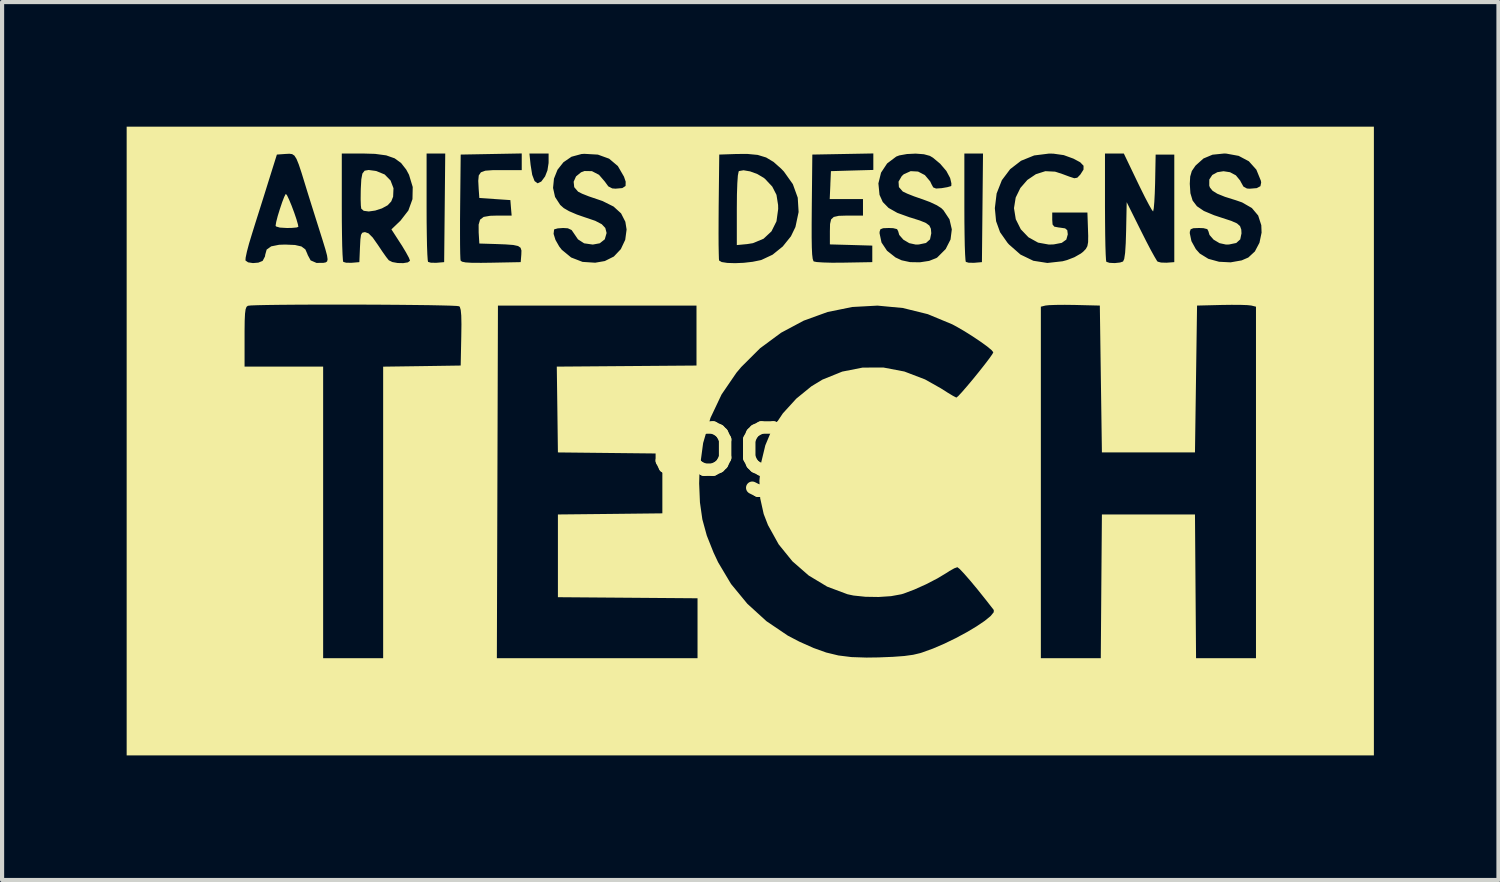
<source format=kicad_pcb>
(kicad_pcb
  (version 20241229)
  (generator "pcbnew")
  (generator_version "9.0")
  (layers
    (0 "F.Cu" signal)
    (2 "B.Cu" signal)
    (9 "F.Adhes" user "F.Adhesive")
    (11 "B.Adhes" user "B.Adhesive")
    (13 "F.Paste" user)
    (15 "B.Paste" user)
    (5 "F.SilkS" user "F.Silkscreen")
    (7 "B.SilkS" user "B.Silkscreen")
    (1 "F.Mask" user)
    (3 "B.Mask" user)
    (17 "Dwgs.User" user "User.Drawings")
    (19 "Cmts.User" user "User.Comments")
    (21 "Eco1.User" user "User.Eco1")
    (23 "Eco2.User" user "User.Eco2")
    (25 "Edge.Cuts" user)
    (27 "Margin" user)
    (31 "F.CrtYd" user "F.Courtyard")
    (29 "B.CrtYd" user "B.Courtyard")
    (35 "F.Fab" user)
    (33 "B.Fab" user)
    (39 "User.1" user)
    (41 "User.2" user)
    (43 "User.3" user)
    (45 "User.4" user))
  (footprint "logo"
    (layer "F.Cu")
    (at 14.991 7.57)
    (property "Reference" "logo" (at 0 0 180) (layer "F.SilkS") (effects (font (size 1.524 1.524) (thickness 0.3))))
    (attr through_hole)
    (fp_poly (pts (xy -11.129 -5.916) (xy -11.08 -5.813) (xy -11.019 -5.666) (xy -10.957 -5.501) (xy -10.903 -5.342) (xy -10.867 -5.216) (xy -10.857 -5.157) (xy -10.902 -5.142) (xy -11.019 -5.132) (xy -11.131 -5.13) (xy -11.303 -5.14) (xy -11.394 -5.167) (xy -11.405 -5.187) (xy -11.39 -5.277) (xy -11.353 -5.421) (xy -11.301 -5.589) (xy -11.246 -5.753) (xy -11.196 -5.882) (xy -11.161 -5.948) (xy -11.158 -5.95)) (stroke (width 0) (type solid)) (fill yes) (layer "F.SilkS"))
    (fp_poly (pts (xy -9.014 -6.507) (xy -8.979 -6.501) (xy -8.779 -6.419) (xy -8.637 -6.274) (xy -8.566 -6.088) (xy -8.575 -5.884) (xy -8.62 -5.77) (xy -8.707 -5.677) (xy -8.845 -5.602) (xy -9.006 -5.55) (xy -9.161 -5.528) (xy -9.283 -5.544) (xy -9.342 -5.595) (xy -9.352 -5.673) (xy -9.357 -5.822) (xy -9.355 -6.015) (xy -9.353 -6.08) (xy -9.341 -6.302) (xy -9.315 -6.44) (xy -9.261 -6.51) (xy -9.165 -6.527)) (stroke (width 0) (type solid)) (fill yes) (layer "F.SilkS"))
    (fp_poly (pts (xy 0.022 -6.493) (xy 0.195 -6.429) (xy 0.349 -6.338) (xy 0.38 -6.313) (xy 0.555 -6.126) (xy 0.656 -5.928) (xy 0.695 -5.683) (xy 0.697 -5.588) (xy 0.656 -5.291) (xy 0.535 -5.049) (xy 0.344 -4.871) (xy 0.089 -4.765) (xy -0.046 -4.743) (xy -0.299 -4.719) (xy -0.299 -5.594) (xy -0.296 -5.937) (xy -0.287 -6.205) (xy -0.274 -6.392) (xy -0.255 -6.489) (xy -0.247 -6.501) (xy -0.137 -6.52)) (stroke (width 0) (type solid)) (fill yes) (layer "F.SilkS"))
    (fp_poly (pts (xy 15.041 7.57) (xy -14.991 7.57) (xy -14.991 -2.51) (xy -12.152 -2.51) (xy -12.152 -1.793) (xy -10.26 -1.793) (xy -10.26 5.229) (xy -8.815 5.229) (xy -6.077 5.229) (xy -1.245 5.229) (xy -1.245 3.786) (xy -2.926 3.773) (xy -4.607 3.76) (xy -4.607 1.768) (xy -3.349 1.755) (xy -2.092 1.741) (xy -2.092 1.021) (xy -1.206 1.021) (xy -1.187 1.478) (xy -1.129 1.885) (xy -1.022 2.276) (xy -0.859 2.686) (xy -0.749 2.92) (xy -0.438 3.442) (xy -0.045 3.919) (xy 0.415 4.338) (xy 0.93 4.686) (xy 1.206 4.83) (xy 1.549 4.983) (xy 1.853 5.092) (xy 2.147 5.163) (xy 2.461 5.202) (xy 2.824 5.214) (xy 3.113 5.21) (xy 3.462 5.196) (xy 3.733 5.176) (xy 3.945 5.147) (xy 4.119 5.106) (xy 4.159 5.093) (xy 4.422 4.998) (xy 4.699 4.879) (xy 4.975 4.745) (xy 5.238 4.603) (xy 5.474 4.462) (xy 5.67 4.33) (xy 5.812 4.214) (xy 5.887 4.122) (xy 5.889 4.069) (xy 5.685 3.808) (xy 5.492 3.567) (xy 5.318 3.358) (xy 5.174 3.193) (xy 5.069 3.082) (xy 5.013 3.038) (xy 5.011 3.038) (xy 4.938 3.064) (xy 4.82 3.13) (xy 4.763 3.168) (xy 4.534 3.306) (xy 4.258 3.449) (xy 3.973 3.577) (xy 3.719 3.673) (xy 3.661 3.69) (xy 3.415 3.735) (xy 3.114 3.755) (xy 2.799 3.75) (xy 2.511 3.72) (xy 2.366 3.689) (xy 1.877 3.506) (xy 1.432 3.238) (xy 1.039 2.895) (xy 0.709 2.488) (xy 0.452 2.025) (xy 0.348 1.757) (xy 0.264 1.378) (xy 0.245 0.955) (xy 0.287 0.52) (xy 0.387 0.104) (xy 0.541 -0.264) (xy 0.549 -0.277) (xy 0.81 -0.667) (xy 1.134 -1.022) (xy 1.497 -1.318) (xy 1.762 -1.479) (xy 2.239 -1.672) (xy 2.732 -1.769) (xy 3.233 -1.77) (xy 3.736 -1.674) (xy 4.233 -1.484) (xy 4.613 -1.27) (xy 4.775 -1.167) (xy 4.905 -1.089) (xy 4.98 -1.05) (xy 4.989 -1.047) (xy 5.033 -1.083) (xy 5.124 -1.181) (xy 5.247 -1.323) (xy 5.389 -1.492) (xy 5.535 -1.672) (xy 5.67 -1.843) (xy 5.782 -1.99) (xy 5.855 -2.094) (xy 5.877 -2.137) (xy 5.837 -2.188) (xy 5.729 -2.278) (xy 5.572 -2.391) (xy 5.385 -2.517) (xy 5.185 -2.643) (xy 4.992 -2.755) (xy 4.887 -2.811) (xy 4.3 -3.055) (xy 3.697 -3.204) (xy 3.362 -3.235) (xy 7.022 -3.235) (xy 7.022 5.229) (xy 8.465 5.229) (xy 8.478 3.499) (xy 8.492 1.768) (xy 10.733 1.768) (xy 10.746 3.499) (xy 10.759 5.229) (xy 12.202 5.229) (xy 12.202 -3.235) (xy 12.09 -3.263) (xy 11.997 -3.273) (xy 11.829 -3.279) (xy 11.611 -3.28) (xy 11.38 -3.277) (xy 10.783 -3.262) (xy 10.733 0.274) (xy 8.492 0.274) (xy 8.442 -3.262) (xy 7.844 -3.277) (xy 7.6 -3.28) (xy 7.383 -3.278) (xy 7.219 -3.272) (xy 7.134 -3.263) (xy 7.022 -3.235) (xy 3.362 -3.235) (xy 3.088 -3.261) (xy 2.481 -3.228) (xy 1.886 -3.107) (xy 1.312 -2.899) (xy 0.767 -2.608) (xy 0.262 -2.235) (xy -0.194 -1.781) (xy -0.309 -1.644) (xy -0.666 -1.122) (xy -0.933 -0.558) (xy -1.11 0.048) (xy -1.197 0.695) (xy -1.206 1.021) (xy -2.092 1.021) (xy -2.092 0.301) (xy -4.607 0.274) (xy -4.62 -0.759) (xy -4.634 -1.792) (xy -1.27 -1.818) (xy -1.27 -3.262) (xy -6.051 -3.262) (xy -6.064 0.984) (xy -6.077 5.229) (xy -8.815 5.229) (xy -8.815 -1.791) (xy -7.881 -1.804) (xy -6.948 -1.818) (xy -6.934 -2.511) (xy -6.93 -2.809) (xy -6.934 -3.02) (xy -6.947 -3.155) (xy -6.968 -3.228) (xy -6.984 -3.245) (xy -7.044 -3.253) (xy -7.193 -3.26) (xy -7.418 -3.266) (xy -7.708 -3.272) (xy -8.051 -3.276) (xy -8.435 -3.28) (xy -8.849 -3.283) (xy -9.281 -3.285) (xy -9.72 -3.286) (xy -10.154 -3.286) (xy -10.571 -3.285) (xy -10.96 -3.283) (xy -11.309 -3.28) (xy -11.606 -3.276) (xy -11.84 -3.271) (xy -12 -3.265) (xy -12.072 -3.257) (xy -12.073 -3.257) (xy -12.105 -3.231) (xy -12.127 -3.173) (xy -12.141 -3.067) (xy -12.149 -2.898) (xy -12.152 -2.652) (xy -12.152 -2.51) (xy -14.991 -2.51) (xy -14.991 -4.348) (xy -12.131 -4.348) (xy -12.067 -4.303) (xy -11.95 -4.285) (xy -11.821 -4.296) (xy -11.723 -4.335) (xy -11.714 -4.343) (xy -11.661 -4.444) (xy -11.654 -4.489) (xy -11.62 -4.61) (xy -11.511 -4.688) (xy -11.321 -4.726) (xy -11.174 -4.731) (xy -10.938 -4.721) (xy -10.782 -4.685) (xy -10.688 -4.614) (xy -10.638 -4.501) (xy -10.633 -4.483) (xy -10.561 -4.35) (xy -10.42 -4.289) (xy -10.252 -4.291) (xy -10.197 -4.302) (xy -10.164 -4.326) (xy -10.153 -4.376) (xy -10.166 -4.469) (xy -10.206 -4.618) (xy -10.273 -4.837) (xy -10.334 -5.03) (xy -10.43 -5.334) (xy -10.539 -5.68) (xy -10.643 -6.013) (xy -10.693 -6.176) (xy -10.78 -6.459) (xy -10.847 -6.66) (xy -10.901 -6.793) (xy -10.951 -6.872) (xy -11.006 -6.909) (xy -11.075 -6.918) (xy -11.166 -6.913) (xy -11.169 -6.913) (xy -11.374 -6.898) (xy -11.585 -6.225) (xy -11.682 -5.914) (xy -11.79 -5.572) (xy -11.894 -5.243) (xy -11.975 -4.983) (xy -12.044 -4.756) (xy -12.096 -4.56) (xy -12.126 -4.417) (xy -12.131 -4.348) (xy -14.991 -4.348) (xy -14.991 -6.923) (xy -9.811 -6.923) (xy -9.811 -5.636) (xy -9.81 -5.288) (xy -9.806 -4.972) (xy -9.801 -4.703) (xy -9.793 -4.495) (xy -9.784 -4.36) (xy -9.776 -4.314) (xy -9.707 -4.294) (xy -9.584 -4.292) (xy -9.564 -4.293) (xy -9.388 -4.308) (xy -9.373 -4.669) (xy -9.363 -4.856) (xy -9.348 -4.964) (xy -9.319 -5.015) (xy -9.27 -5.029) (xy -9.249 -5.03) (xy -9.166 -5) (xy -9.067 -4.901) (xy -8.943 -4.725) (xy -8.836 -4.565) (xy -8.742 -4.432) (xy -8.68 -4.354) (xy -8.678 -4.352) (xy -8.594 -4.31) (xy -8.467 -4.287) (xy -8.331 -4.284) (xy -8.22 -4.302) (xy -8.169 -4.34) (xy -8.169 -4.345) (xy -8.195 -4.414) (xy -8.264 -4.541) (xy -8.361 -4.703) (xy -8.393 -4.752) (xy -8.616 -5.097) (xy -8.398 -5.306) (xy -8.208 -5.551) (xy -8.109 -5.825) (xy -8.103 -6.117) (xy -8.192 -6.411) (xy -8.259 -6.536) (xy -8.384 -6.696) (xy -8.539 -6.808) (xy -8.742 -6.879) (xy -9.01 -6.915) (xy -9.283 -6.923) (xy -7.769 -6.923) (xy -7.769 -5.636) (xy -7.768 -5.288) (xy -7.764 -4.972) (xy -7.759 -4.703) (xy -7.751 -4.495) (xy -7.742 -4.36) (xy -7.734 -4.314) (xy -7.665 -4.294) (xy -7.542 -4.292) (xy -7.522 -4.293) (xy -7.346 -4.308) (xy -7.339 -4.996) (xy -6.964 -4.996) (xy -6.963 -4.729) (xy -6.96 -4.521) (xy -6.955 -4.388) (xy -6.95 -4.345) (xy -6.915 -4.319) (xy -6.829 -4.301) (xy -6.677 -4.292) (xy -6.448 -4.291) (xy -6.214 -4.294) (xy -5.503 -4.308) (xy -5.488 -4.493) (xy -5.485 -4.588) (xy -5.506 -4.654) (xy -5.566 -4.696) (xy -5.681 -4.721) (xy -5.867 -4.735) (xy -6.101 -4.744) (xy -6.499 -4.756) (xy -6.515 -5.022) (xy -6.516 -5.211) (xy -6.481 -5.331) (xy -6.395 -5.397) (xy -6.239 -5.424) (xy -6.067 -5.429) (xy -5.721 -5.429) (xy -5.737 -5.615) (xy -5.752 -5.802) (xy -6.126 -5.827) (xy -6.499 -5.852) (xy -6.515 -6.072) (xy -6.516 -6.095) (xy -4.724 -6.095) (xy -4.676 -5.878) (xy -4.552 -5.686) (xy -4.466 -5.609) (xy -4.338 -5.535) (xy -4.152 -5.455) (xy -3.951 -5.385) (xy -3.95 -5.385) (xy -3.708 -5.303) (xy -3.551 -5.221) (xy -3.466 -5.131) (xy -3.437 -5.02) (xy -3.436 -5.005) (xy -3.479 -4.857) (xy -3.599 -4.762) (xy -3.767 -4.731) (xy -3.976 -4.761) (xy -4.124 -4.857) (xy -4.209 -4.982) (xy -4.277 -5.081) (xy -4.368 -5.123) (xy -4.481 -5.13) (xy -4.611 -5.121) (xy -4.691 -5.099) (xy -4.699 -5.092) (xy -4.711 -4.989) (xy -4.666 -4.844) (xy -4.575 -4.684) (xy -4.514 -4.606) (xy -4.288 -4.42) (xy -4.014 -4.314) (xy -3.71 -4.294) (xy -3.478 -4.334) (xy -3.26 -4.443) (xy -3.092 -4.621) (xy -2.986 -4.846) (xy -2.966 -4.996) (xy -0.739 -4.996) (xy -0.738 -4.729) (xy -0.734 -4.522) (xy -0.73 -4.389) (xy -0.725 -4.346) (xy -0.663 -4.31) (xy -0.527 -4.289) (xy -0.341 -4.283) (xy -0.131 -4.292) (xy 0.08 -4.316) (xy 0.267 -4.354) (xy 0.296 -4.362) (xy 0.562 -4.487) (xy 0.807 -4.685) (xy 1.004 -4.93) (xy 1.112 -5.153) (xy 1.127 -5.222) (xy 1.503 -5.222) (xy 1.503 -4.902) (xy 1.507 -4.663) (xy 1.515 -4.495) (xy 1.528 -4.388) (xy 1.546 -4.334) (xy 1.555 -4.324) (xy 1.627 -4.31) (xy 1.777 -4.3) (xy 1.985 -4.294) (xy 2.232 -4.295) (xy 2.291 -4.296) (xy 2.963 -4.308) (xy 2.963 -4.706) (xy 2.453 -4.721) (xy 1.942 -4.735) (xy 1.942 -5.052) (xy 1.946 -5.226) (xy 1.971 -5.336) (xy 2.035 -5.396) (xy 2.156 -5.423) (xy 2.354 -5.429) (xy 2.42 -5.429) (xy 2.739 -5.429) (xy 2.739 -5.827) (xy 1.938 -5.827) (xy 1.953 -6.163) (xy 1.954 -6.204) (xy 3.11 -6.204) (xy 3.137 -5.929) (xy 3.215 -5.756) (xy 3.354 -5.614) (xy 3.566 -5.494) (xy 3.865 -5.386) (xy 3.885 -5.381) (xy 4.109 -5.31) (xy 4.254 -5.251) (xy 4.337 -5.189) (xy 4.374 -5.112) (xy 4.383 -5.008) (xy 4.383 -5.001) (xy 4.353 -4.856) (xy 4.256 -4.769) (xy 4.083 -4.733) (xy 4.01 -4.731) (xy 3.853 -4.765) (xy 3.71 -4.85) (xy 3.612 -4.963) (xy 3.586 -5.053) (xy 3.559 -5.103) (xy 3.465 -5.126) (xy 3.362 -5.13) (xy 3.224 -5.125) (xy 3.158 -5.099) (xy 3.139 -5.039) (xy 3.138 -5.003) (xy 3.185 -4.781) (xy 3.318 -4.582) (xy 3.522 -4.421) (xy 3.67 -4.352) (xy 3.875 -4.308) (xy 4.109 -4.304) (xy 4.332 -4.338) (xy 4.507 -4.407) (xy 4.529 -4.422) (xy 4.73 -4.623) (xy 4.847 -4.853) (xy 4.878 -5.097) (xy 4.822 -5.338) (xy 4.677 -5.557) (xy 4.624 -5.609) (xy 4.518 -5.677) (xy 4.352 -5.755) (xy 4.161 -5.826) (xy 4.159 -5.826) (xy 3.969 -5.892) (xy 3.805 -5.957) (xy 3.7 -6.007) (xy 3.698 -6.008) (xy 3.604 -6.115) (xy 3.595 -6.246) (xy 3.672 -6.379) (xy 3.722 -6.425) (xy 3.888 -6.499) (xy 4.065 -6.489) (xy 4.229 -6.404) (xy 4.357 -6.252) (xy 4.39 -6.182) (xy 4.431 -6.107) (xy 4.499 -6.08) (xy 4.628 -6.089) (xy 4.637 -6.09) (xy 4.77 -6.113) (xy 4.855 -6.137) (xy 4.865 -6.143) (xy 4.868 -6.203) (xy 4.842 -6.316) (xy 4.835 -6.338) (xy 4.746 -6.504) (xy 4.598 -6.677) (xy 4.426 -6.821) (xy 4.349 -6.867) (xy 4.206 -6.906) (xy 4.008 -6.921) (xy 3.797 -6.911) (xy 3.614 -6.878) (xy 3.54 -6.85) (xy 3.32 -6.684) (xy 3.174 -6.463) (xy 3.11 -6.204) (xy 1.954 -6.204) (xy 1.967 -6.499) (xy 2.478 -6.514) (xy 2.988 -6.528) (xy 2.988 -6.923) (xy 5.18 -6.923) (xy 5.18 -5.636) (xy 5.181 -5.288) (xy 5.185 -4.972) (xy 5.19 -4.703) (xy 5.198 -4.495) (xy 5.207 -4.36) (xy 5.215 -4.314) (xy 5.284 -4.294) (xy 5.407 -4.292) (xy 5.427 -4.293) (xy 5.603 -4.308) (xy 5.616 -5.607) (xy 5.914 -5.607) (xy 5.944 -5.294) (xy 6.04 -5.028) (xy 6.218 -4.775) (xy 6.254 -4.734) (xy 6.532 -4.49) (xy 6.841 -4.341) (xy 7.179 -4.288) (xy 7.546 -4.329) (xy 7.653 -4.358) (xy 7.829 -4.426) (xy 7.985 -4.515) (xy 8.038 -4.556) (xy 8.104 -4.624) (xy 8.142 -4.693) (xy 8.16 -4.789) (xy 8.162 -4.941) (xy 8.157 -5.092) (xy 8.143 -5.503) (xy 7.296 -5.503) (xy 7.296 -5.329) (xy 7.304 -5.214) (xy 7.347 -5.162) (xy 7.454 -5.142) (xy 7.483 -5.139) (xy 7.606 -5.121) (xy 7.658 -5.077) (xy 7.67 -4.982) (xy 7.67 -4.976) (xy 7.635 -4.851) (xy 7.525 -4.772) (xy 7.332 -4.735) (xy 7.216 -4.731) (xy 6.955 -4.778) (xy 6.724 -4.906) (xy 6.539 -5.099) (xy 6.418 -5.341) (xy 6.375 -5.608) (xy 6.416 -5.863) (xy 6.529 -6.094) (xy 6.697 -6.287) (xy 6.903 -6.426) (xy 7.13 -6.498) (xy 7.36 -6.487) (xy 7.384 -6.481) (xy 7.55 -6.426) (xy 7.711 -6.366) (xy 7.828 -6.328) (xy 7.899 -6.341) (xy 7.971 -6.415) (xy 7.973 -6.418) (xy 8.049 -6.536) (xy 8.05 -6.629) (xy 7.969 -6.713) (xy 7.807 -6.8) (xy 7.573 -6.885) (xy 7.324 -6.92) (xy 7.219 -6.922) (xy 6.861 -6.877) (xy 6.545 -6.749) (xy 6.283 -6.547) (xy 6.083 -6.281) (xy 5.957 -5.961) (xy 5.914 -5.607) (xy 5.616 -5.607) (xy 5.629 -6.923) (xy 8.566 -6.923) (xy 8.566 -5.636) (xy 8.568 -5.288) (xy 8.571 -4.973) (xy 8.576 -4.704) (xy 8.583 -4.496) (xy 8.591 -4.362) (xy 8.599 -4.316) (xy 8.676 -4.291) (xy 8.802 -4.285) (xy 8.929 -4.299) (xy 9.001 -4.323) (xy 9.029 -4.384) (xy 9.051 -4.53) (xy 9.066 -4.765) (xy 9.075 -5.057) (xy 9.089 -5.752) (xy 9.436 -5.055) (xy 9.558 -4.813) (xy 9.668 -4.602) (xy 9.758 -4.44) (xy 9.817 -4.341) (xy 9.834 -4.32) (xy 9.916 -4.298) (xy 10.045 -4.294) (xy 10.06 -4.295) (xy 10.235 -4.308) (xy 10.235 -6.194) (xy 10.608 -6.194) (xy 10.623 -5.967) (xy 10.676 -5.791) (xy 10.78 -5.654) (xy 10.948 -5.54) (xy 11.194 -5.437) (xy 11.394 -5.371) (xy 11.608 -5.301) (xy 11.744 -5.241) (xy 11.818 -5.176) (xy 11.848 -5.092) (xy 11.853 -5.001) (xy 11.823 -4.856) (xy 11.727 -4.769) (xy 11.553 -4.733) (xy 11.481 -4.731) (xy 11.324 -4.765) (xy 11.181 -4.85) (xy 11.083 -4.963) (xy 11.056 -5.053) (xy 11.029 -5.103) (xy 10.936 -5.126) (xy 10.832 -5.13) (xy 10.694 -5.125) (xy 10.629 -5.099) (xy 10.609 -5.039) (xy 10.608 -5.003) (xy 10.648 -4.813) (xy 10.754 -4.621) (xy 10.849 -4.515) (xy 11.055 -4.388) (xy 11.313 -4.317) (xy 11.591 -4.303) (xy 11.857 -4.35) (xy 12.017 -4.419) (xy 12.175 -4.565) (xy 12.286 -4.775) (xy 12.337 -5.019) (xy 12.33 -5.197) (xy 12.255 -5.43) (xy 12.103 -5.611) (xy 11.868 -5.746) (xy 11.721 -5.797) (xy 11.454 -5.881) (xy 11.271 -5.955) (xy 11.156 -6.027) (xy 11.093 -6.105) (xy 11.077 -6.15) (xy 11.078 -6.298) (xy 11.15 -6.407) (xy 11.272 -6.474) (xy 11.421 -6.497) (xy 11.577 -6.473) (xy 11.718 -6.398) (xy 11.822 -6.271) (xy 11.834 -6.245) (xy 11.9 -6.127) (xy 11.984 -6.081) (xy 12.049 -6.076) (xy 12.221 -6.09) (xy 12.309 -6.137) (xy 12.327 -6.226) (xy 12.32 -6.268) (xy 12.211 -6.535) (xy 12.03 -6.737) (xy 11.785 -6.867) (xy 11.484 -6.922) (xy 11.43 -6.923) (xy 11.155 -6.895) (xy 10.938 -6.804) (xy 10.751 -6.637) (xy 10.739 -6.622) (xy 10.657 -6.502) (xy 10.618 -6.369) (xy 10.608 -6.194) (xy 10.235 -6.194) (xy 10.235 -6.898) (xy 9.786 -6.898) (xy 9.773 -6.213) (xy 9.765 -5.965) (xy 9.754 -5.757) (xy 9.741 -5.608) (xy 9.727 -5.535) (xy 9.723 -5.53) (xy 9.69 -5.574) (xy 9.623 -5.692) (xy 9.53 -5.869) (xy 9.42 -6.09) (xy 9.353 -6.228) (xy 9.02 -6.923) (xy 8.566 -6.923) (xy 5.629 -6.923) (xy 5.18 -6.923) (xy 2.988 -6.923) (xy 2.988 -6.925) (xy 1.519 -6.898) (xy 1.506 -5.631) (xy 1.503 -5.222) (xy 1.127 -5.222) (xy 1.189 -5.515) (xy 1.168 -5.86) (xy 1.05 -6.186) (xy 0.835 -6.489) (xy 0.77 -6.557) (xy 0.587 -6.72) (xy 0.407 -6.828) (xy 0.203 -6.89) (xy -0.05 -6.914) (xy -0.312 -6.912) (xy -0.722 -6.898) (xy -0.736 -5.654) (xy -0.738 -5.309) (xy -0.739 -4.996) (xy -2.966 -4.996) (xy -2.953 -5.094) (xy -2.983 -5.28) (xy -3.086 -5.482) (xy -3.266 -5.646) (xy -3.532 -5.779) (xy -3.675 -5.828) (xy -3.861 -5.891) (xy -4.023 -5.955) (xy -4.121 -6.005) (xy -4.214 -6.113) (xy -4.228 -6.244) (xy -4.171 -6.372) (xy -4.05 -6.471) (xy -3.966 -6.502) (xy -3.788 -6.499) (xy -3.618 -6.411) (xy -3.48 -6.251) (xy -3.393 -6.132) (xy -3.298 -6.083) (xy -3.22 -6.077) (xy -3.056 -6.091) (xy -2.978 -6.142) (xy -2.975 -6.246) (xy -3.016 -6.366) (xy -3.164 -6.622) (xy -3.374 -6.799) (xy -3.644 -6.897) (xy -3.973 -6.916) (xy -4.04 -6.911) (xy -4.28 -6.846) (xy -4.474 -6.713) (xy -4.617 -6.532) (xy -4.702 -6.319) (xy -4.724 -6.095) (xy -6.516 -6.095) (xy -6.525 -6.266) (xy -6.513 -6.395) (xy -6.461 -6.471) (xy -6.355 -6.51) (xy -6.177 -6.523) (xy -5.976 -6.524) (xy -5.478 -6.524) (xy -5.478 -6.923) (xy -5.293 -6.923) (xy -5.265 -6.653) (xy -5.226 -6.41) (xy -5.169 -6.26) (xy -5.095 -6.206) (xy -5.007 -6.249) (xy -4.916 -6.372) (xy -4.859 -6.518) (xy -4.832 -6.692) (xy -4.831 -6.719) (xy -4.831 -6.923) (xy -5.293 -6.923) (xy -5.478 -6.923) (xy -5.478 -6.925) (xy -6.948 -6.898) (xy -6.961 -5.654) (xy -6.964 -5.309) (xy -6.964 -4.996) (xy -7.339 -4.996) (xy -7.32 -6.923) (xy -7.769 -6.923) (xy -9.283 -6.923) (xy -9.811 -6.923) (xy -14.991 -6.923) (xy -14.991 -7.57) (xy 15.041 -7.57)) (stroke (width 0) (type solid)) (fill yes) (layer "F.SilkS")))
  (gr_rect
    (start -3 -3)
    (end 33.032 18.14)
    (stroke (width 0.1) (type default))
    (fill no)
    (layer "Edge.Cuts")))
</source>
